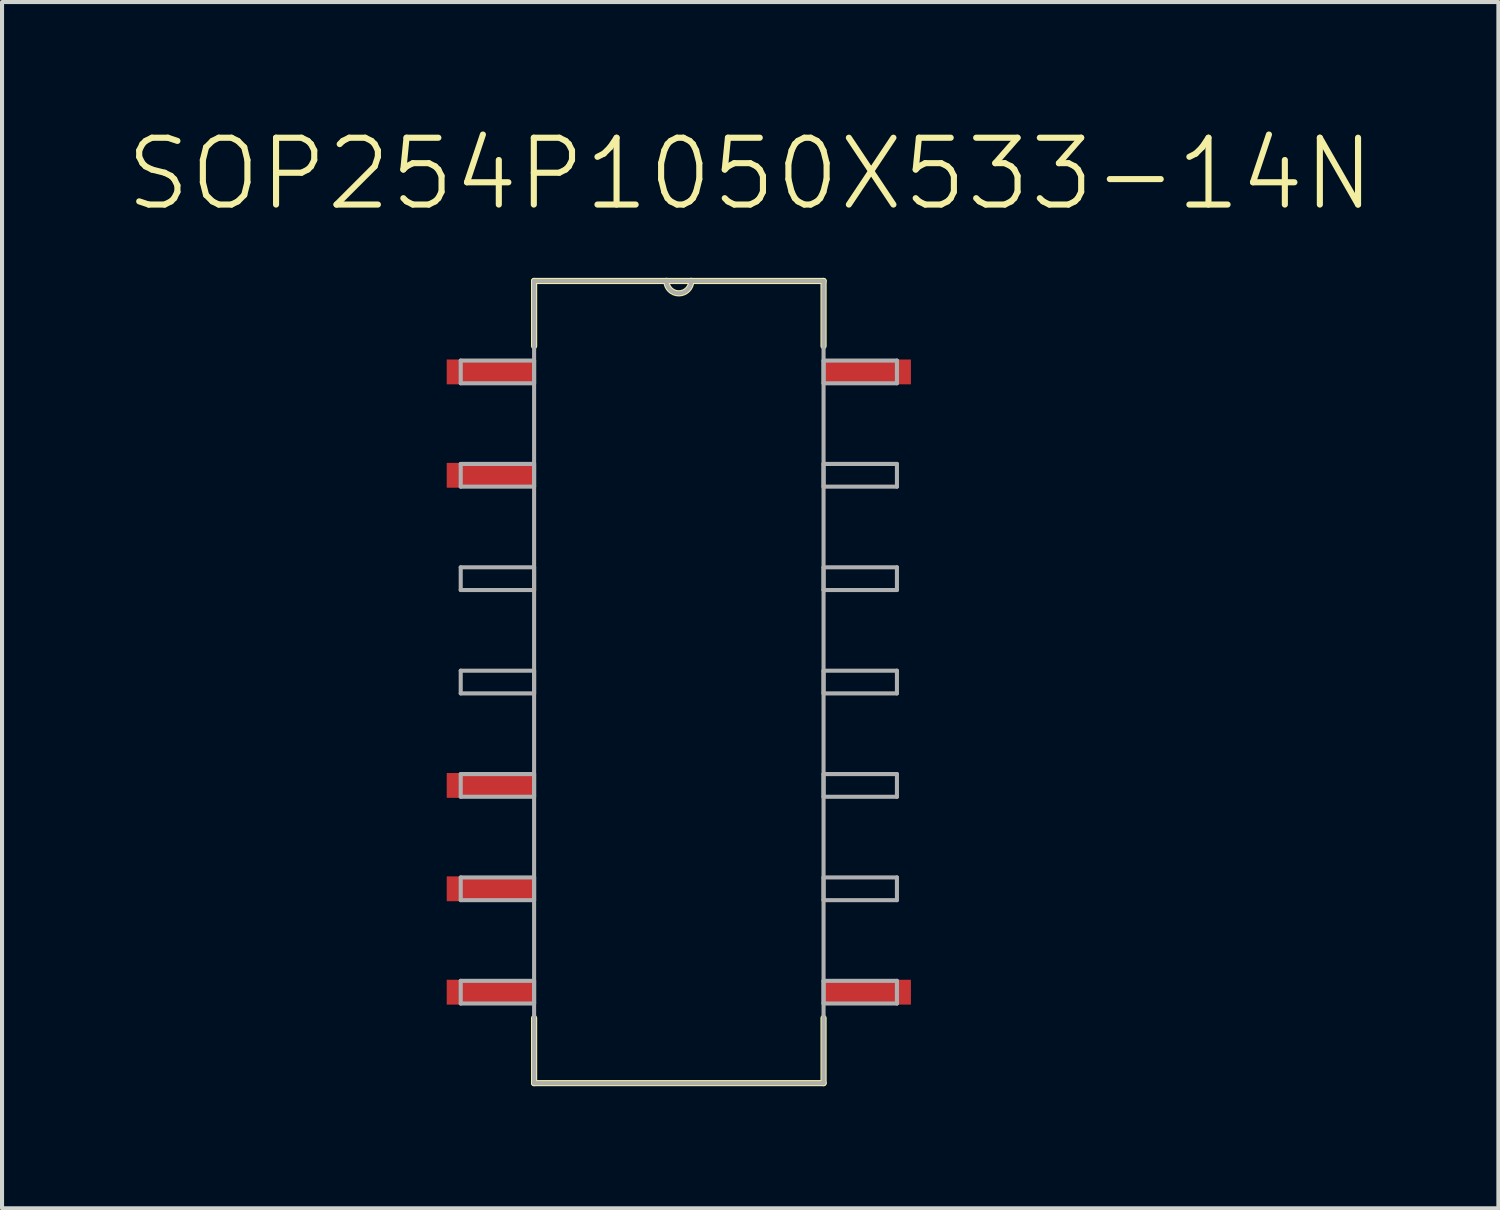
<source format=kicad_pcb>
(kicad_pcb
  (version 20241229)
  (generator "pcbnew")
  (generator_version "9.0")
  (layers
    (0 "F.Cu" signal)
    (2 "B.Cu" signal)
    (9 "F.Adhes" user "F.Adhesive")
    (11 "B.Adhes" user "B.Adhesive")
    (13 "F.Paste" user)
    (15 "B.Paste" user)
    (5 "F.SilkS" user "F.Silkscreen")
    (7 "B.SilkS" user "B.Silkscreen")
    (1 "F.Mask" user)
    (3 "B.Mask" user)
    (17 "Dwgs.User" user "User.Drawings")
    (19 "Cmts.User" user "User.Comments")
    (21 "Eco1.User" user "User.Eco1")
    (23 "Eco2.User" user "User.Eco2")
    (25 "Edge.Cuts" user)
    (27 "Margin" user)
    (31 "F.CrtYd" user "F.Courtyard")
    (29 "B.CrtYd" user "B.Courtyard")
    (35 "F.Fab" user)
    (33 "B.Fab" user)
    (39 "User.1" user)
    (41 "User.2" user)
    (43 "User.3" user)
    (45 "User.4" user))
  (footprint "SOP254P1050X533-14N"
    (layer "F.Cu")
    (at 13.629 13.708)
    (property "Reference" "SOP254P1050X533-14N" (at 1.754 -12.484 0) (layer "F.SilkS") (effects (font (size 1.642 1.642) (thickness 0.15))))
    (attr smd)
    (fp_line (start -3.556 -9.855) (end -3.556 -8.255) (stroke (width 0.152) (type solid)) (layer "F.SilkS"))
    (fp_line (start -3.556 8.255) (end -3.556 9.855) (stroke (width 0.152) (type solid)) (layer "F.SilkS"))
    (fp_line (start -3.556 9.855) (end 3.556 9.855) (stroke (width 0.152) (type solid)) (layer "F.SilkS"))
    (fp_line (start -0.305 -9.855) (end -3.556 -9.855) (stroke (width 0.152) (type solid)) (layer "F.SilkS"))
    (fp_line (start 0.305 -9.855) (end -0.305 -9.855) (stroke (width 0.152) (type solid)) (layer "F.SilkS"))
    (fp_line (start 3.556 -9.855) (end 0.305 -9.855) (stroke (width 0.152) (type solid)) (layer "F.SilkS"))
    (fp_line (start 3.556 -8.255) (end 3.556 -9.855) (stroke (width 0.152) (type solid)) (layer "F.SilkS"))
    (fp_line (start 3.556 9.855) (end 3.556 8.255) (stroke (width 0.152) (type solid)) (layer "F.SilkS"))
    (fp_arc (start 0.3048 -9.8552) (mid 0 -9.5504) (end -0.3048 -9.8552) (stroke (width 0.1524) (type solid)) (layer "F.SilkS"))
    (fp_line (start -5.359 -7.899) (end -5.359 -7.341) (stroke (width 0.1) (type solid)) (layer "F.Fab"))
    (fp_line (start -5.359 -7.341) (end -3.556 -7.341) (stroke (width 0.1) (type solid)) (layer "F.Fab"))
    (fp_line (start -5.359 -5.359) (end -5.359 -4.801) (stroke (width 0.1) (type solid)) (layer "F.Fab"))
    (fp_line (start -5.359 -4.801) (end -3.556 -4.801) (stroke (width 0.1) (type solid)) (layer "F.Fab"))
    (fp_line (start -5.359 -2.819) (end -5.359 -2.261) (stroke (width 0.1) (type solid)) (layer "F.Fab"))
    (fp_line (start -5.359 -2.261) (end -3.556 -2.261) (stroke (width 0.1) (type solid)) (layer "F.Fab"))
    (fp_line (start -5.359 -0.279) (end -5.359 0.279) (stroke (width 0.1) (type solid)) (layer "F.Fab"))
    (fp_line (start -5.359 0.279) (end -3.556 0.279) (stroke (width 0.1) (type solid)) (layer "F.Fab"))
    (fp_line (start -5.359 2.261) (end -5.359 2.819) (stroke (width 0.1) (type solid)) (layer "F.Fab"))
    (fp_line (start -5.359 2.819) (end -3.556 2.819) (stroke (width 0.1) (type solid)) (layer "F.Fab"))
    (fp_line (start -5.359 4.801) (end -5.359 5.359) (stroke (width 0.1) (type solid)) (layer "F.Fab"))
    (fp_line (start -5.359 5.359) (end -3.556 5.359) (stroke (width 0.1) (type solid)) (layer "F.Fab"))
    (fp_line (start -5.359 7.341) (end -5.359 7.899) (stroke (width 0.1) (type solid)) (layer "F.Fab"))
    (fp_line (start -5.359 7.899) (end -3.556 7.899) (stroke (width 0.1) (type solid)) (layer "F.Fab"))
    (fp_line (start -3.556 -9.855) (end -3.556 9.855) (stroke (width 0.1) (type solid)) (layer "F.Fab"))
    (fp_line (start -3.556 -7.899) (end -5.359 -7.899) (stroke (width 0.1) (type solid)) (layer "F.Fab"))
    (fp_line (start -3.556 -7.341) (end -3.556 -7.899) (stroke (width 0.1) (type solid)) (layer "F.Fab"))
    (fp_line (start -3.556 -5.359) (end -5.359 -5.359) (stroke (width 0.1) (type solid)) (layer "F.Fab"))
    (fp_line (start -3.556 -4.801) (end -3.556 -5.359) (stroke (width 0.1) (type solid)) (layer "F.Fab"))
    (fp_line (start -3.556 -2.819) (end -5.359 -2.819) (stroke (width 0.1) (type solid)) (layer "F.Fab"))
    (fp_line (start -3.556 -2.261) (end -3.556 -2.819) (stroke (width 0.1) (type solid)) (layer "F.Fab"))
    (fp_line (start -3.556 -0.279) (end -5.359 -0.279) (stroke (width 0.1) (type solid)) (layer "F.Fab"))
    (fp_line (start -3.556 0.279) (end -3.556 -0.279) (stroke (width 0.1) (type solid)) (layer "F.Fab"))
    (fp_line (start -3.556 2.261) (end -5.359 2.261) (stroke (width 0.1) (type solid)) (layer "F.Fab"))
    (fp_line (start -3.556 2.819) (end -3.556 2.261) (stroke (width 0.1) (type solid)) (layer "F.Fab"))
    (fp_line (start -3.556 4.801) (end -5.359 4.801) (stroke (width 0.1) (type solid)) (layer "F.Fab"))
    (fp_line (start -3.556 5.359) (end -3.556 4.801) (stroke (width 0.1) (type solid)) (layer "F.Fab"))
    (fp_line (start -3.556 7.341) (end -5.359 7.341) (stroke (width 0.1) (type solid)) (layer "F.Fab"))
    (fp_line (start -3.556 7.899) (end -3.556 7.341) (stroke (width 0.1) (type solid)) (layer "F.Fab"))
    (fp_line (start -3.556 9.855) (end 3.556 9.855) (stroke (width 0.1) (type solid)) (layer "F.Fab"))
    (fp_line (start -0.305 -9.855) (end -3.556 -9.855) (stroke (width 0.1) (type solid)) (layer "F.Fab"))
    (fp_line (start 0.305 -9.855) (end -0.305 -9.855) (stroke (width 0.1) (type solid)) (layer "F.Fab"))
    (fp_line (start 3.556 -9.855) (end 0.305 -9.855) (stroke (width 0.1) (type solid)) (layer "F.Fab"))
    (fp_line (start 3.556 -7.899) (end 3.556 -7.341) (stroke (width 0.1) (type solid)) (layer "F.Fab"))
    (fp_line (start 3.556 -7.341) (end 5.359 -7.341) (stroke (width 0.1) (type solid)) (layer "F.Fab"))
    (fp_line (start 3.556 -5.359) (end 3.556 -4.801) (stroke (width 0.1) (type solid)) (layer "F.Fab"))
    (fp_line (start 3.556 -4.801) (end 5.359 -4.801) (stroke (width 0.1) (type solid)) (layer "F.Fab"))
    (fp_line (start 3.556 -2.819) (end 3.556 -2.261) (stroke (width 0.1) (type solid)) (layer "F.Fab"))
    (fp_line (start 3.556 -2.261) (end 5.359 -2.261) (stroke (width 0.1) (type solid)) (layer "F.Fab"))
    (fp_line (start 3.556 -0.279) (end 3.556 0.279) (stroke (width 0.1) (type solid)) (layer "F.Fab"))
    (fp_line (start 3.556 0.279) (end 5.359 0.279) (stroke (width 0.1) (type solid)) (layer "F.Fab"))
    (fp_line (start 3.556 2.261) (end 3.556 2.819) (stroke (width 0.1) (type solid)) (layer "F.Fab"))
    (fp_line (start 3.556 2.819) (end 5.359 2.819) (stroke (width 0.1) (type solid)) (layer "F.Fab"))
    (fp_line (start 3.556 4.801) (end 3.556 5.359) (stroke (width 0.1) (type solid)) (layer "F.Fab"))
    (fp_line (start 3.556 5.359) (end 5.359 5.359) (stroke (width 0.1) (type solid)) (layer "F.Fab"))
    (fp_line (start 3.556 7.341) (end 3.556 7.899) (stroke (width 0.1) (type solid)) (layer "F.Fab"))
    (fp_line (start 3.556 7.899) (end 5.359 7.899) (stroke (width 0.1) (type solid)) (layer "F.Fab"))
    (fp_line (start 3.556 9.855) (end 3.556 -9.855) (stroke (width 0.1) (type solid)) (layer "F.Fab"))
    (fp_line (start 5.359 -7.899) (end 3.556 -7.899) (stroke (width 0.1) (type solid)) (layer "F.Fab"))
    (fp_line (start 5.359 -7.341) (end 5.359 -7.899) (stroke (width 0.1) (type solid)) (layer "F.Fab"))
    (fp_line (start 5.359 -5.359) (end 3.556 -5.359) (stroke (width 0.1) (type solid)) (layer "F.Fab"))
    (fp_line (start 5.359 -4.801) (end 5.359 -5.359) (stroke (width 0.1) (type solid)) (layer "F.Fab"))
    (fp_line (start 5.359 -2.819) (end 3.556 -2.819) (stroke (width 0.1) (type solid)) (layer "F.Fab"))
    (fp_line (start 5.359 -2.261) (end 5.359 -2.819) (stroke (width 0.1) (type solid)) (layer "F.Fab"))
    (fp_line (start 5.359 -0.279) (end 3.556 -0.279) (stroke (width 0.1) (type solid)) (layer "F.Fab"))
    (fp_line (start 5.359 0.279) (end 5.359 -0.279) (stroke (width 0.1) (type solid)) (layer "F.Fab"))
    (fp_line (start 5.359 2.261) (end 3.556 2.261) (stroke (width 0.1) (type solid)) (layer "F.Fab"))
    (fp_line (start 5.359 2.819) (end 5.359 2.261) (stroke (width 0.1) (type solid)) (layer "F.Fab"))
    (fp_line (start 5.359 4.801) (end 3.556 4.801) (stroke (width 0.1) (type solid)) (layer "F.Fab"))
    (fp_line (start 5.359 5.359) (end 5.359 4.801) (stroke (width 0.1) (type solid)) (layer "F.Fab"))
    (fp_line (start 5.359 7.341) (end 3.556 7.341) (stroke (width 0.1) (type solid)) (layer "F.Fab"))
    (fp_line (start 5.359 7.899) (end 5.359 7.341) (stroke (width 0.1) (type solid)) (layer "F.Fab"))
    (fp_arc (start 0.3048 -9.8552) (mid 0 -9.5504) (end -0.3048 -9.8552) (stroke (width 0.1) (type solid)) (layer "F.Fab"))
    (pad "1" smd rect (at -4.623 -7.62) (size 2.159 0.61) (layers "F.Cu" "F.Mask" "F.Paste"))
    (pad "2" smd rect (at -4.623 -5.08) (size 2.159 0.61) (layers "F.Cu" "F.Mask" "F.Paste"))
    (pad "5" smd rect (at -4.623 2.54) (size 2.159 0.61) (layers "F.Cu" "F.Mask" "F.Paste"))
    (pad "6" smd rect (at -4.623 5.08) (size 2.159 0.61) (layers "F.Cu" "F.Mask" "F.Paste"))
    (pad "7" smd rect (at -4.623 7.62) (size 2.159 0.61) (layers "F.Cu" "F.Mask" "F.Paste"))
    (pad "8" smd rect (at 4.623 7.62) (size 2.159 0.61) (layers "F.Cu" "F.Mask" "F.Paste"))
    (pad "14" smd rect (at 4.623 -7.62) (size 2.159 0.61) (layers "F.Cu" "F.Mask" "F.Paste")))
  (gr_rect
    (start -3 -3)
    (end 33.766 26.639)
    (stroke (width 0.1) (type default))
    (fill no)
    (layer "Edge.Cuts")))
</source>
